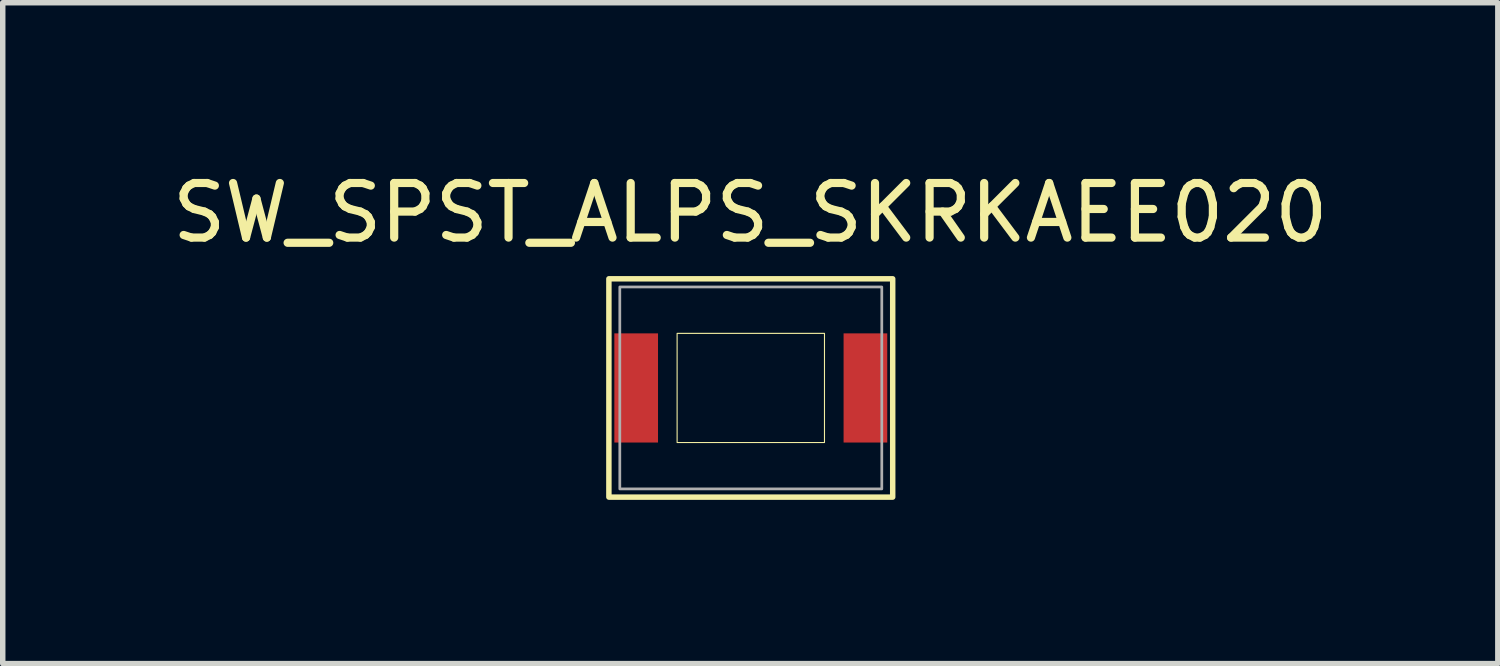
<source format=kicad_pcb>
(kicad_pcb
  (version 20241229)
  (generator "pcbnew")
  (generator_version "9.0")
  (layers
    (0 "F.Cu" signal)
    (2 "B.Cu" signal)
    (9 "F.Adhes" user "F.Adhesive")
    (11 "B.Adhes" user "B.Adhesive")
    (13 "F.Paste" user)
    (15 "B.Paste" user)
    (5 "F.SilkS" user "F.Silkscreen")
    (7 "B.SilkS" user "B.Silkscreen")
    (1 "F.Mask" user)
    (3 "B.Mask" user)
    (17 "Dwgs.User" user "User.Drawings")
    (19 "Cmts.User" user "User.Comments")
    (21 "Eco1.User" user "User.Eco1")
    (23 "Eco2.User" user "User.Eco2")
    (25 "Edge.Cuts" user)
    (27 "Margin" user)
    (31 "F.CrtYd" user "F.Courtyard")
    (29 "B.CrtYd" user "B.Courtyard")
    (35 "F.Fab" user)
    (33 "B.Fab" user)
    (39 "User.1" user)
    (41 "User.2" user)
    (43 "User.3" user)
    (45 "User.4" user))
  (footprint "SW_SPST_ALPS_SKRKAEE020"
    (layer "F.Cu")
    (at 10.706 4.058)
    (property "Reference" "SW_SPST_ALPS_SKRKAEE020" (at -0.01 -3.21 0) (unlocked yes) (layer "F.SilkS") (effects (font (size 1 1) (thickness 0.15))))
    (attr smd)
    (fp_rect (start -2.6 -2) (end 2.6 2) (stroke (width 0.1) (type solid)) (fill no) (layer "F.SilkS"))
    (fp_rect (start -1.35 -1) (end 1.35 1) (stroke (width 0.02) (type solid)) (fill no) (layer "F.SilkS"))
    (fp_rect (start -2.4 -1.85) (end 2.4 1.85) (stroke (width 0.05) (type solid)) (fill no) (layer "F.Fab"))
    (pad "1" smd rect (at -2.1 0) (size 0.8 2) (layers "F.Cu" "F.Mask" "F.Paste"))
    (pad "2" smd rect (at 2.1 0) (size 0.8 2) (layers "F.Cu" "F.Mask" "F.Paste"))
    (zone (net_name "") (layers "F.Cu" "B.Cu") (hatch edge 0.508) (connect_pads) (min_thickness 0.254) (filled_areas_thickness no) (keepout (tracks not_allowed) (vias not_allowed) (pads not_allowed) (copperpour not_allowed) (footprints allowed)) (placement (enabled no)) (fill) (polygon (pts (xy 12.066 5.048) (xy 9.356 5.048) (xy 9.356 3.058) (xy 12.066 3.058)))))
  (gr_rect
    (start -3 -3)
    (end 24.393 9.108)
    (stroke (width 0.1) (type default))
    (fill no)
    (layer "Edge.Cuts")))
</source>
